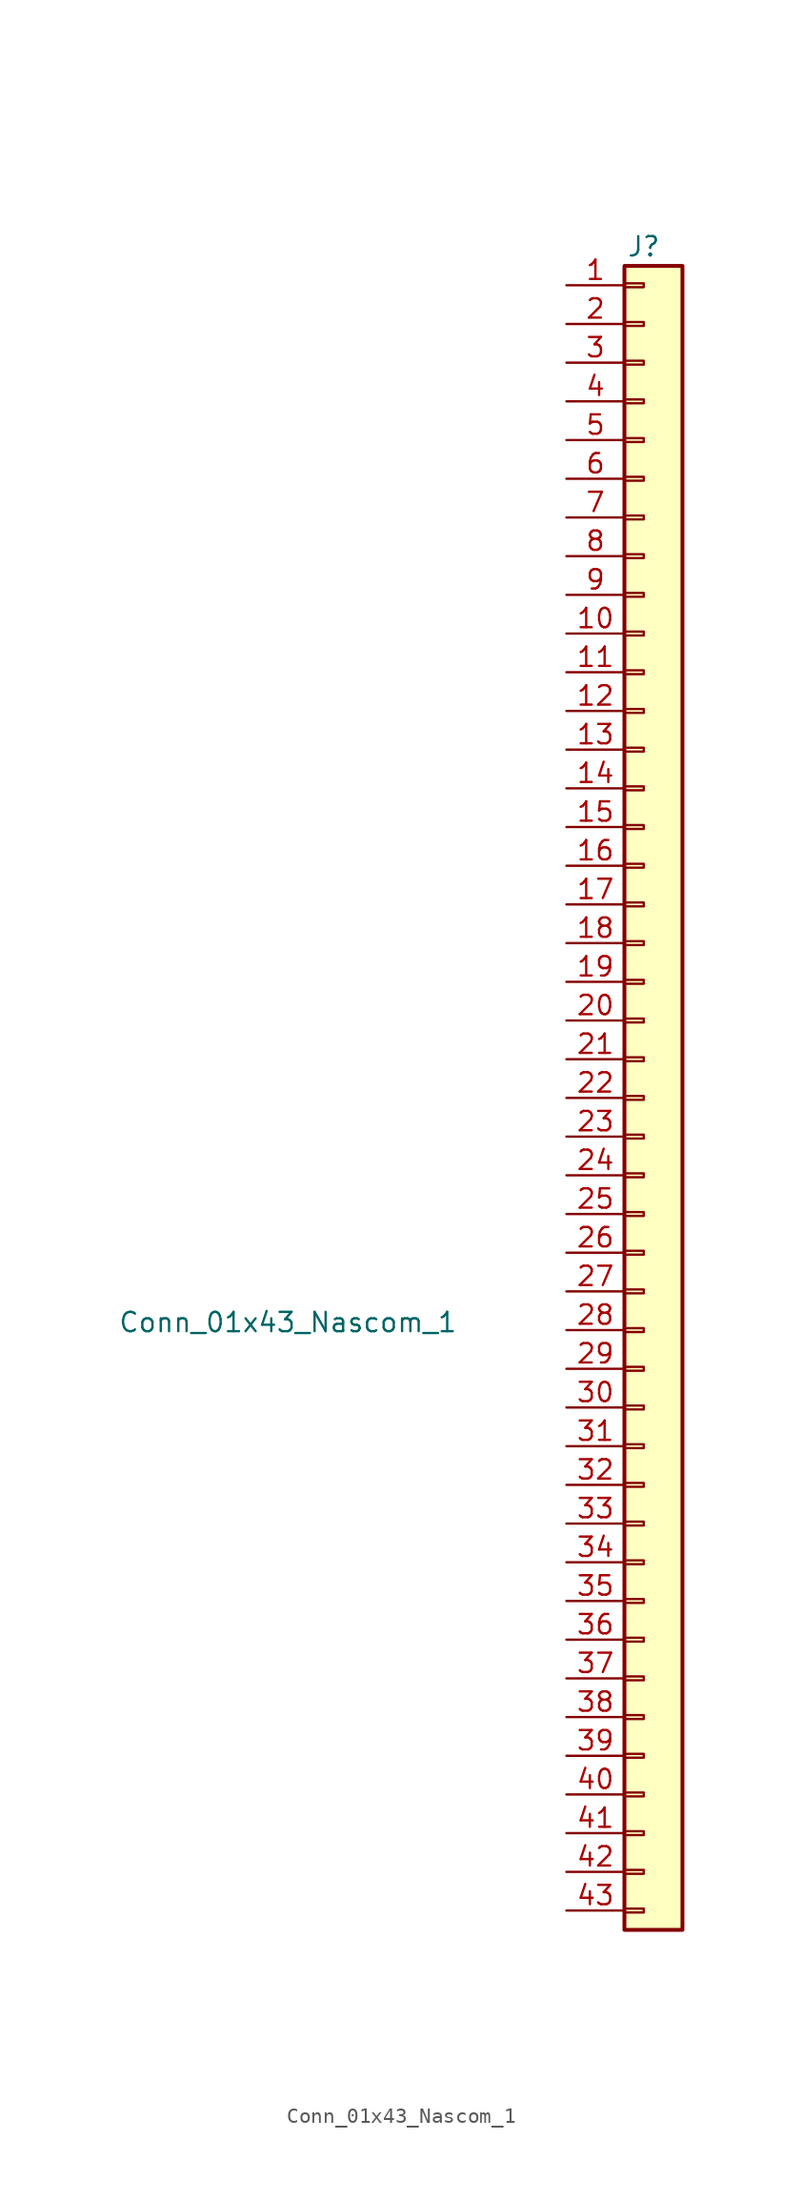
<source format=kicad_sym>
(kicad_symbol_lib
  (version 20241209)
  (generator "kicad_symbol_editor")
  (generator_version "9.0")
  (symbol "Conn_01x43_Nascom_1"
    (pin_names
      (offset 1.016)
      (hide yes))
    (property "Reference" "J"
      (at 5.08 101.6 0)
      (effects (font (size 1.27 1.27))))
    (property "Value" "Conn_01x43_Nascom_1"
      (at -18.288 30.988 0)
      (effects (font (size 1.27 1.27))))
    (symbol "Conn_01x43_Nascom_1_1_1"
      (rectangle (start 3.81 100.33) (end 7.62 -8.89) (stroke (width 0.254) (type default)) (fill (type background)))
      (rectangle (start 3.81 99.187) (end 5.08 98.933) (stroke (width 0.152) (type default)) (fill (type none)))
      (rectangle (start 3.81 96.647) (end 5.08 96.393) (stroke (width 0.152) (type default)) (fill (type none)))
      (rectangle (start 3.81 94.107) (end 5.08 93.853) (stroke (width 0.152) (type default)) (fill (type none)))
      (rectangle (start 3.81 91.567) (end 5.08 91.313) (stroke (width 0.152) (type default)) (fill (type none)))
      (rectangle (start 3.81 89.027) (end 5.08 88.773) (stroke (width 0.152) (type default)) (fill (type none)))
      (rectangle (start 3.81 86.487) (end 5.08 86.233) (stroke (width 0.152) (type default)) (fill (type none)))
      (rectangle (start 3.81 83.947) (end 5.08 83.693) (stroke (width 0.152) (type default)) (fill (type none)))
      (rectangle (start 3.81 81.407) (end 5.08 81.153) (stroke (width 0.152) (type default)) (fill (type none)))
      (rectangle (start 3.81 78.867) (end 5.08 78.613) (stroke (width 0.152) (type default)) (fill (type none)))
      (rectangle (start 3.81 76.327) (end 5.08 76.073) (stroke (width 0.152) (type default)) (fill (type none)))
      (rectangle (start 3.81 73.787) (end 5.08 73.533) (stroke (width 0.152) (type default)) (fill (type none)))
      (rectangle (start 3.81 71.247) (end 5.08 70.993) (stroke (width 0.152) (type default)) (fill (type none)))
      (rectangle (start 3.81 68.707) (end 5.08 68.453) (stroke (width 0.152) (type default)) (fill (type none)))
      (rectangle (start 3.81 66.167) (end 5.08 65.913) (stroke (width 0.152) (type default)) (fill (type none)))
      (rectangle (start 3.81 63.627) (end 5.08 63.373) (stroke (width 0.152) (type default)) (fill (type none)))
      (rectangle (start 3.81 61.087) (end 5.08 60.833) (stroke (width 0.152) (type default)) (fill (type none)))
      (rectangle (start 3.81 58.547) (end 5.08 58.293) (stroke (width 0.152) (type default)) (fill (type none)))
      (rectangle (start 3.81 56.007) (end 5.08 55.753) (stroke (width 0.152) (type default)) (fill (type none)))
      (rectangle (start 3.81 53.467) (end 5.08 53.213) (stroke (width 0.152) (type default)) (fill (type none)))
      (rectangle (start 3.81 50.927) (end 5.08 50.673) (stroke (width 0.152) (type default)) (fill (type none)))
      (rectangle (start 3.81 48.387) (end 5.08 48.133) (stroke (width 0.152) (type default)) (fill (type none)))
      (rectangle (start 3.81 45.847) (end 5.08 45.593) (stroke (width 0.152) (type default)) (fill (type none)))
      (rectangle (start 3.81 43.307) (end 5.08 43.053) (stroke (width 0.152) (type default)) (fill (type none)))
      (rectangle (start 3.81 40.767) (end 5.08 40.513) (stroke (width 0.152) (type default)) (fill (type none)))
      (rectangle (start 3.81 38.227) (end 5.08 37.973) (stroke (width 0.152) (type default)) (fill (type none)))
      (rectangle (start 3.81 35.687) (end 5.08 35.433) (stroke (width 0.152) (type default)) (fill (type none)))
      (rectangle (start 3.81 33.147) (end 5.08 32.893) (stroke (width 0.152) (type default)) (fill (type none)))
      (rectangle (start 3.81 30.607) (end 5.08 30.353) (stroke (width 0.152) (type default)) (fill (type none)))
      (rectangle (start 3.81 28.067) (end 5.08 27.813) (stroke (width 0.152) (type default)) (fill (type none)))
      (rectangle (start 3.81 25.527) (end 5.08 25.273) (stroke (width 0.152) (type default)) (fill (type none)))
      (rectangle (start 3.81 22.987) (end 5.08 22.733) (stroke (width 0.152) (type default)) (fill (type none)))
      (rectangle (start 3.81 20.447) (end 5.08 20.193) (stroke (width 0.152) (type default)) (fill (type none)))
      (rectangle (start 3.81 17.907) (end 5.08 17.653) (stroke (width 0.152) (type default)) (fill (type none)))
      (rectangle (start 3.81 15.367) (end 5.08 15.113) (stroke (width 0.152) (type default)) (fill (type none)))
      (rectangle (start 3.81 12.827) (end 5.08 12.573) (stroke (width 0.152) (type default)) (fill (type none)))
      (rectangle (start 3.81 10.287) (end 5.08 10.033) (stroke (width 0.152) (type default)) (fill (type none)))
      (rectangle (start 3.81 7.747) (end 5.08 7.493) (stroke (width 0.152) (type default)) (fill (type none)))
      (rectangle (start 3.81 5.207) (end 5.08 4.953) (stroke (width 0.152) (type default)) (fill (type none)))
      (rectangle (start 3.81 2.667) (end 5.08 2.413) (stroke (width 0.152) (type default)) (fill (type none)))
      (rectangle (start 3.81 0.127) (end 5.08 -0.127) (stroke (width 0.152) (type default)) (fill (type none)))
      (rectangle (start 3.81 -2.413) (end 5.08 -2.667) (stroke (width 0.152) (type default)) (fill (type none)))
      (rectangle (start 3.81 -4.953) (end 5.08 -5.207) (stroke (width 0.152) (type default)) (fill (type none)))
      (rectangle (start 3.81 -7.493) (end 5.08 -7.747) (stroke (width 0.152) (type default)) (fill (type none)))
      (pin passive line (at 0 99.06 0) (length 3.81) (name "Pin_1_0v" (effects (font (size 1.27 1.27)))) (number "1" (effects (font (size 1.27 1.27)))))
      (pin passive line (at 0 96.52 0) (length 3.81) (name "Pin_2_0v" (effects (font (size 1.27 1.27)))) (number "2" (effects (font (size 1.27 1.27)))))
      (pin passive line (at 0 93.98 0) (length 3.81) (name "Pin_3_0v" (effects (font (size 1.27 1.27)))) (number "3" (effects (font (size 1.27 1.27)))))
      (pin passive line (at 0 91.44 0) (length 3.81) (name "Pin_4_0v" (effects (font (size 1.27 1.27)))) (number "4" (effects (font (size 1.27 1.27)))))
      (pin passive line (at 0 88.9 0) (length 3.81) (name "Pin_5" (effects (font (size 1.27 1.27)))) (number "5" (effects (font (size 1.27 1.27)))))
      (pin passive line (at 0 86.36 0) (length 3.81) (name "Pin_6" (effects (font (size 1.27 1.27)))) (number "6" (effects (font (size 1.27 1.27)))))
      (pin passive line (at 0 83.82 0) (length 3.81) (name "Pin_7" (effects (font (size 1.27 1.27)))) (number "7" (effects (font (size 1.27 1.27)))))
      (pin passive line (at 0 81.28 0) (length 3.81) (name "Pin_8" (effects (font (size 1.27 1.27)))) (number "8" (effects (font (size 1.27 1.27)))))
      (pin passive line (at 0 78.74 0) (length 3.81) (name "Pin_9" (effects (font (size 1.27 1.27)))) (number "9" (effects (font (size 1.27 1.27)))))
      (pin passive line (at 0 76.2 0) (length 3.81) (name "Pin_10" (effects (font (size 1.27 1.27)))) (number "10" (effects (font (size 1.27 1.27)))))
      (pin passive line (at 0 73.66 0) (length 3.81) (name "Pin_11" (effects (font (size 1.27 1.27)))) (number "11" (effects (font (size 1.27 1.27)))))
      (pin passive line (at 0 71.12 0) (length 3.81) (name "Pin_12" (effects (font (size 1.27 1.27)))) (number "12" (effects (font (size 1.27 1.27)))))
      (pin passive line (at 0 68.58 0) (length 3.81) (name "Pin_13" (effects (font (size 1.27 1.27)))) (number "13" (effects (font (size 1.27 1.27)))))
      (pin passive line (at 0 66.04 0) (length 3.81) (name "Pin_14" (effects (font (size 1.27 1.27)))) (number "14" (effects (font (size 1.27 1.27)))))
      (pin passive line (at 0 63.5 0) (length 3.81) (name "Pin_15" (effects (font (size 1.27 1.27)))) (number "15" (effects (font (size 1.27 1.27)))))
      (pin passive line (at 0 60.96 0) (length 3.81) (name "Pin_16" (effects (font (size 1.27 1.27)))) (number "16" (effects (font (size 1.27 1.27)))))
      (pin passive line (at 0 58.42 0) (length 3.81) (name "Pin_17" (effects (font (size 1.27 1.27)))) (number "17" (effects (font (size 1.27 1.27)))))
      (pin passive line (at 0 55.88 0) (length 3.81) (name "Pin_18" (effects (font (size 1.27 1.27)))) (number "18" (effects (font (size 1.27 1.27)))))
      (pin passive line (at 0 53.34 0) (length 3.81) (name "Pin_19" (effects (font (size 1.27 1.27)))) (number "19" (effects (font (size 1.27 1.27)))))
      (pin passive line (at 0 50.8 0) (length 3.81) (name "Pin_20" (effects (font (size 1.27 1.27)))) (number "20" (effects (font (size 1.27 1.27)))))
      (pin passive line (at 0 48.26 0) (length 3.81) (name "Pin_21" (effects (font (size 1.27 1.27)))) (number "21" (effects (font (size 1.27 1.27)))))
      (pin passive line (at 0 45.72 0) (length 3.81) (name "Pin_22" (effects (font (size 1.27 1.27)))) (number "22" (effects (font (size 1.27 1.27)))))
      (pin passive line (at 0 43.18 0) (length 3.81) (name "Pin_23" (effects (font (size 1.27 1.27)))) (number "23" (effects (font (size 1.27 1.27)))))
      (pin passive line (at 0 40.64 0) (length 3.81) (name "Pin_24" (effects (font (size 1.27 1.27)))) (number "24" (effects (font (size 1.27 1.27)))))
      (pin passive line (at 0 38.1 0) (length 3.81) (name "Pin_25" (effects (font (size 1.27 1.27)))) (number "25" (effects (font (size 1.27 1.27)))))
      (pin passive line (at 0 35.56 0) (length 3.81) (name "Pin_26" (effects (font (size 1.27 1.27)))) (number "26" (effects (font (size 1.27 1.27)))))
      (pin passive line (at 0 33.02 0) (length 3.81) (name "Pin_27" (effects (font (size 1.27 1.27)))) (number "27" (effects (font (size 1.27 1.27)))))
      (pin passive line (at 0 30.48 0) (length 3.81) (name "Pin_28" (effects (font (size 1.27 1.27)))) (number "28" (effects (font (size 1.27 1.27)))))
      (pin passive line (at 0 27.94 0) (length 3.81) (name "Pin_29" (effects (font (size 1.27 1.27)))) (number "29" (effects (font (size 1.27 1.27)))))
      (pin passive line (at 0 25.4 0) (length 3.81) (name "Pin_30" (effects (font (size 1.27 1.27)))) (number "30" (effects (font (size 1.27 1.27)))))
      (pin passive line (at 0 22.86 0) (length 3.81) (name "Pin_31" (effects (font (size 1.27 1.27)))) (number "31" (effects (font (size 1.27 1.27)))))
      (pin passive line (at 0 20.32 0) (length 3.81) (name "Pin_32" (effects (font (size 1.27 1.27)))) (number "32" (effects (font (size 1.27 1.27)))))
      (pin passive line (at 0 17.78 0) (length 3.81) (name "Pin_33" (effects (font (size 1.27 1.27)))) (number "33" (effects (font (size 1.27 1.27)))))
      (pin passive line (at 0 15.24 0) (length 3.81) (name "Pin_34" (effects (font (size 1.27 1.27)))) (number "34" (effects (font (size 1.27 1.27)))))
      (pin passive line (at 0 12.7 0) (length 3.81) (name "Pin_35" (effects (font (size 1.27 1.27)))) (number "35" (effects (font (size 1.27 1.27)))))
      (pin passive line (at 0 10.16 0) (length 3.81) (name "Pin_36" (effects (font (size 1.27 1.27)))) (number "36" (effects (font (size 1.27 1.27)))))
      (pin passive line (at 0 7.62 0) (length 3.81) (name "Pin_37" (effects (font (size 1.27 1.27)))) (number "37" (effects (font (size 1.27 1.27)))))
      (pin passive line (at 0 5.08 0) (length 3.81) (name "Pin_38" (effects (font (size 1.27 1.27)))) (number "38" (effects (font (size 1.27 1.27)))))
      (pin passive line (at 0 2.54 0) (length 3.81) (name "Pin_39" (effects (font (size 1.27 1.27)))) (number "39" (effects (font (size 1.27 1.27)))))
      (pin passive line (at 0 0 0) (length 3.81) (name "Pin_40" (effects (font (size 1.27 1.27)))) (number "40" (effects (font (size 1.27 1.27)))))
      (pin passive line (at 0 -2.54 0) (length 3.81) (name "Pin_41" (effects (font (size 1.27 1.27)))) (number "41" (effects (font (size 1.27 1.27)))))
      (pin passive line (at 0 -5.08 0) (length 3.81) (name "Pin_42" (effects (font (size 1.27 1.27)))) (number "42" (effects (font (size 1.27 1.27)))))
      (pin passive line (at 0 -7.62 0) (length 3.81) (name "Pin_43" (effects (font (size 1.27 1.27)))) (number "43" (effects (font (size 1.27 1.27))))))))
</source>
